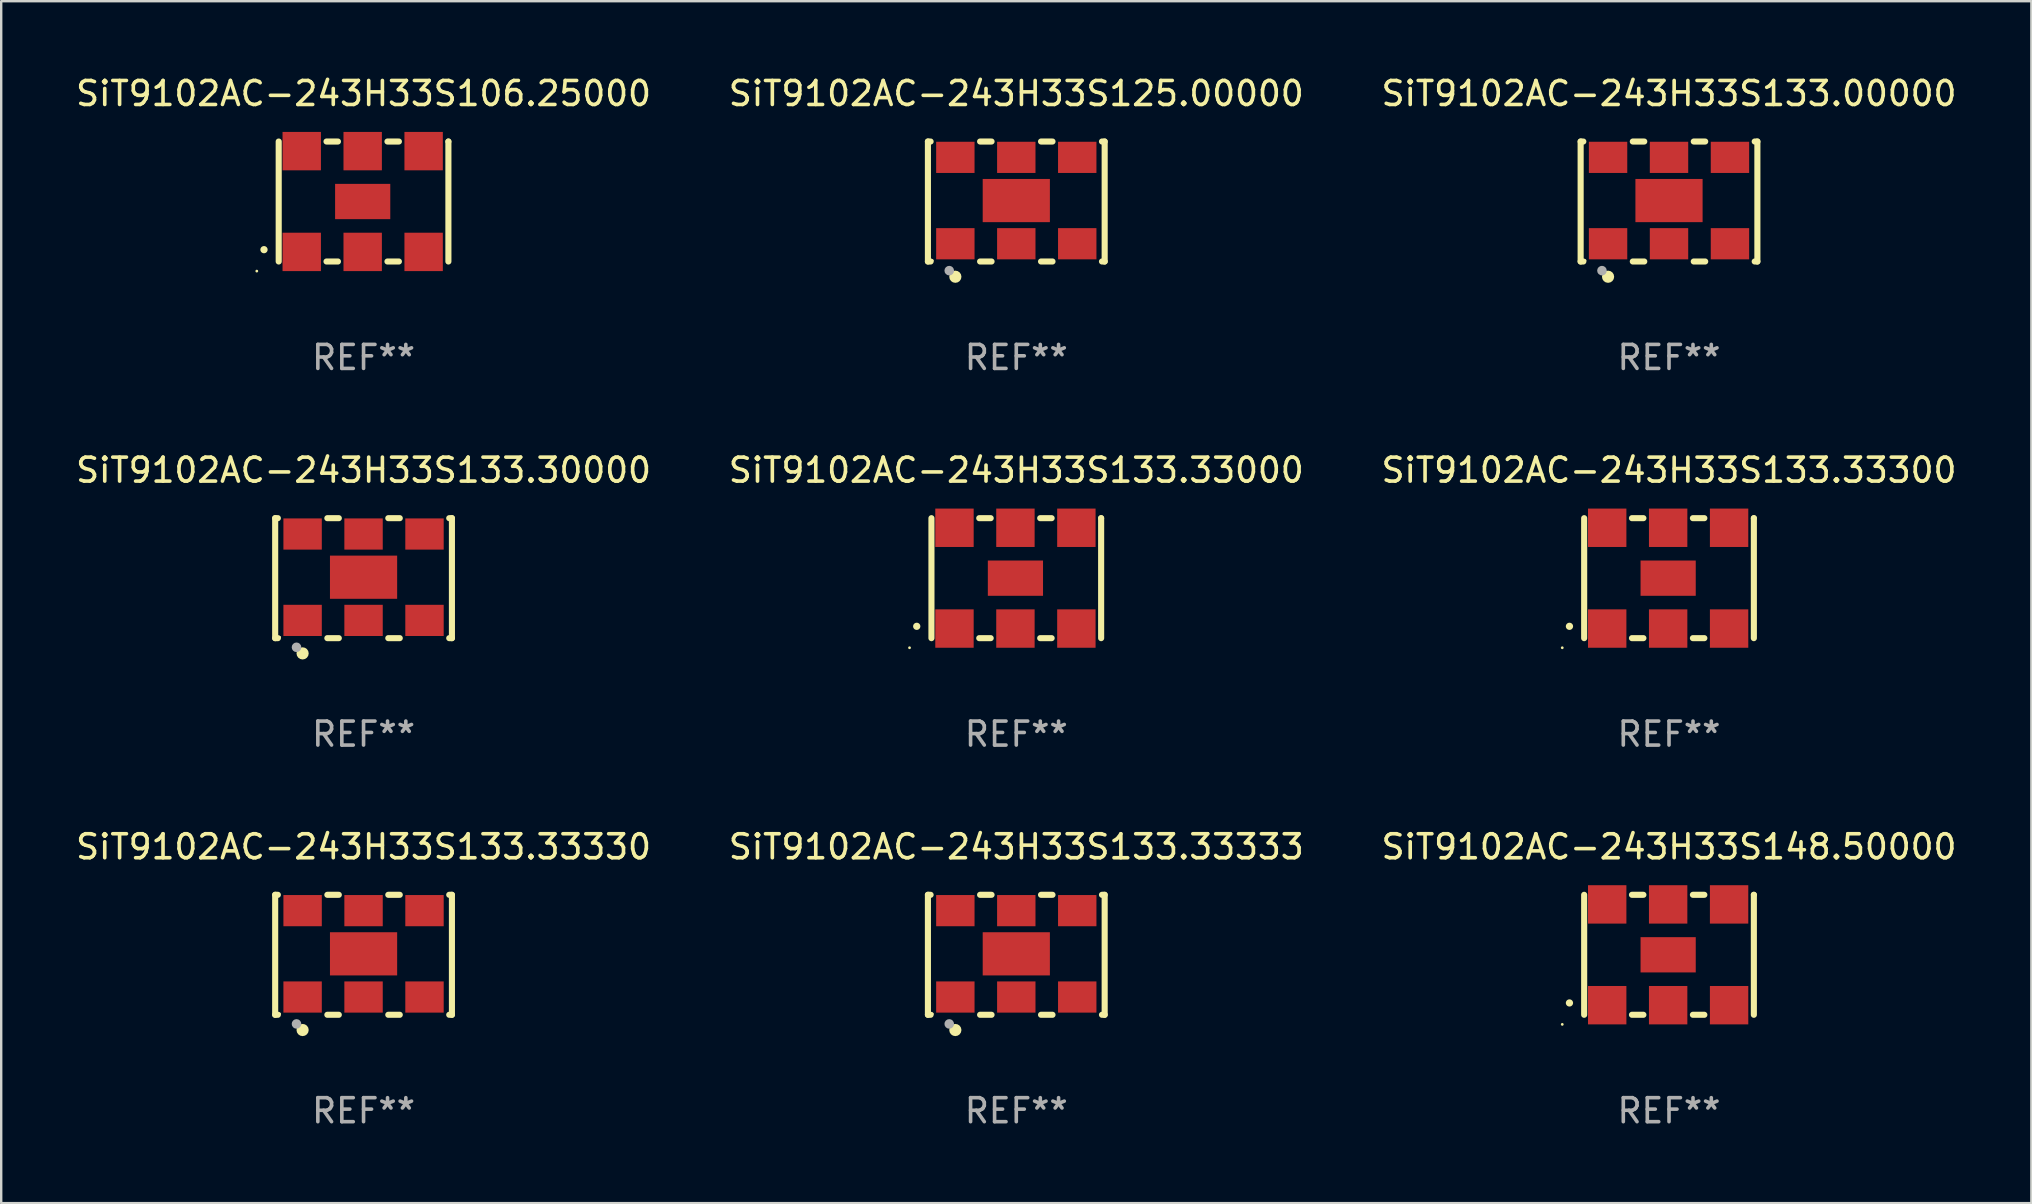
<source format=kicad_pcb>
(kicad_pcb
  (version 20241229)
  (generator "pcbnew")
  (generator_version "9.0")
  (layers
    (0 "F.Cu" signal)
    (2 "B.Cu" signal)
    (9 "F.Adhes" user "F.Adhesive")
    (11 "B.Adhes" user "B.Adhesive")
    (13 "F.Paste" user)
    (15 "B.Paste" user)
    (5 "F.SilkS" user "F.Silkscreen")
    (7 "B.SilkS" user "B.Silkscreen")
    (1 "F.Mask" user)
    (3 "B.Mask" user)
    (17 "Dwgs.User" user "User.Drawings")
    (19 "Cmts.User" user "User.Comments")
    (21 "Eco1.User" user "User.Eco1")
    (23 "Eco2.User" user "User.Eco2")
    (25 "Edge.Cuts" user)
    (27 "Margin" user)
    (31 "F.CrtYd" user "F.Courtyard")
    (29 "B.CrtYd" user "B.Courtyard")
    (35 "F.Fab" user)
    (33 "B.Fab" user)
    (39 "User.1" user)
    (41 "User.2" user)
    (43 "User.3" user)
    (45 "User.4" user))
  (footprint "SiT9102AC-243H33S133.33330"
    (layer "F.Cu")
    (at 12.101 36.741)
    (property "Reference" "SiT9102AC-243H33S133.33330" (at 0 -4.5 0) (layer "F.SilkS") (effects (font (size 1 1) (thickness 0.15))))
    (attr through_hole)
    (fp_line (start -3.683 -2.5) (end -3.571 -2.5) (stroke (width 0.254) (type solid)) (layer "F.SilkS"))
    (fp_line (start -3.683 2.5) (end -3.683 -2.5) (stroke (width 0.254) (type solid)) (layer "F.SilkS"))
    (fp_line (start -3.683 2.5) (end -3.571 2.5) (stroke (width 0.254) (type solid)) (layer "F.SilkS"))
    (fp_line (start -1.509 -2.5) (end -1.031 -2.5) (stroke (width 0.254) (type solid)) (layer "F.SilkS"))
    (fp_line (start -1.509 2.5) (end -1.031 2.5) (stroke (width 0.254) (type solid)) (layer "F.SilkS"))
    (fp_line (start 1.031 -2.5) (end 1.509 -2.5) (stroke (width 0.254) (type solid)) (layer "F.SilkS"))
    (fp_line (start 1.031 2.5) (end 1.509 2.5) (stroke (width 0.254) (type solid)) (layer "F.SilkS"))
    (fp_line (start 3.571 -2.5) (end 3.683 -2.5) (stroke (width 0.254) (type solid)) (layer "F.SilkS"))
    (fp_line (start 3.571 2.5) (end 3.683 2.5) (stroke (width 0.254) (type solid)) (layer "F.SilkS"))
    (fp_line (start 3.683 2.5) (end 3.683 -2.5) (stroke (width 0.254) (type solid)) (layer "F.SilkS"))
    (fp_circle (center -3.5 2.46) (end -3.47 2.46) (stroke (width 0.06) (type solid)) (fill no) (layer "F.SilkS"))
    (fp_circle (center -2.54 3.135) (end -2.413 3.135) (stroke (width 0.254) (type solid)) (fill no) (layer "F.SilkS"))
    (fp_circle (center -2.794 2.881) (end -2.694 2.881) (stroke (width 0.2) (type solid)) (fill no) (layer "F.Fab"))
    (fp_text user "REF**" (at 0 6.5 0) (layer "F.Fab") (effects (font (size 1 1) (thickness 0.15))))
    (pad "1" smd rect (at -2.54 1.76) (size 1.6 1.3) (layers "F.Cu" "F.Mask" "F.Paste"))
    (pad "2" smd rect (at 0 1.76) (size 1.6 1.3) (layers "F.Cu" "F.Mask" "F.Paste"))
    (pad "3" smd rect (at 2.54 1.76) (size 1.6 1.3) (layers "F.Cu" "F.Mask" "F.Paste"))
    (pad "4" smd rect (at 2.54 -1.84) (size 1.6 1.3) (layers "F.Cu" "F.Mask" "F.Paste"))
    (pad "5" smd rect (at 0 -1.84) (size 1.6 1.3) (layers "F.Cu" "F.Mask" "F.Paste"))
    (pad "6" smd rect (at -2.54 -1.84) (size 1.6 1.3) (layers "F.Cu" "F.Mask" "F.Paste"))
    (pad "7" smd rect (at 0 -0.04) (size 2.8 1.8) (layers "F.Cu" "F.Mask" "F.Paste")))
  (footprint "SiT9102AC-243H33S106.25000"
    (layer "F.Cu")
    (at 12.101 5.348)
    (property "Reference" "SiT9102AC-243H33S106.25000" (at 0 -4.5 0) (layer "F.SilkS") (effects (font (size 1 1) (thickness 0.15))))
    (attr through_hole)
    (fp_line (start -3.536 -2.5) (end -3.536 2.5) (stroke (width 0.254) (type solid)) (layer "F.SilkS"))
    (fp_line (start -1.544 2.5) (end -1.067 2.5) (stroke (width 0.254) (type solid)) (layer "F.SilkS"))
    (fp_line (start -1.067 -2.5) (end -1.544 -2.5) (stroke (width 0.254) (type solid)) (layer "F.SilkS"))
    (fp_line (start 0.996 2.5) (end 1.473 2.5) (stroke (width 0.254) (type solid)) (layer "F.SilkS"))
    (fp_line (start 1.473 -2.5) (end 0.996 -2.5) (stroke (width 0.254) (type solid)) (layer "F.SilkS"))
    (fp_line (start 3.536 -2.5) (end 3.536 -2.5) (stroke (width 0.254) (type solid)) (layer "F.SilkS"))
    (fp_line (start 3.536 2.5) (end 3.536 -2.5) (stroke (width 0.254) (type solid)) (layer "F.SilkS"))
    (fp_arc (start -4.150432 2.006604) (mid -4.149162 2.006599) (end -4.147892 2.006604) (stroke (width 0.3) (type solid)) (layer "F.SilkS"))
    (fp_circle (center -4.449 2.9) (end -4.419 2.9) (stroke (width 0.06) (type solid)) (fill no) (layer "F.SilkS"))
    (fp_text user "REF**" (at 0 6.5 0) (layer "F.Fab") (effects (font (size 1 1) (thickness 0.15))))
    (pad "1" smd rect (at -2.576 2.1) (size 1.6 1.6) (layers "F.Cu" "F.Mask" "F.Paste"))
    (pad "2" smd rect (at -0.036 2.1) (size 1.6 1.6) (layers "F.Cu" "F.Mask" "F.Paste"))
    (pad "3" smd rect (at 2.504 2.1) (size 1.6 1.6) (layers "F.Cu" "F.Mask" "F.Paste"))
    (pad "4" smd rect (at 2.504 -2.1) (size 1.6 1.6) (layers "F.Cu" "F.Mask" "F.Paste"))
    (pad "5" smd rect (at -0.036 -2.1) (size 1.6 1.6) (layers "F.Cu" "F.Mask" "F.Paste"))
    (pad "6" smd rect (at -2.576 -2.1) (size 1.6 1.6) (layers "F.Cu" "F.Mask" "F.Paste"))
    (pad "7" smd rect (at -0.036 0) (size 2.3 1.47) (layers "F.Cu" "F.Mask" "F.Paste")))
  (footprint "SiT9102AC-243H33S133.00000"
    (layer "F.Cu")
    (at 66.506 5.348)
    (property "Reference" "SiT9102AC-243H33S133.00000" (at 0 -4.5 0) (layer "F.SilkS") (effects (font (size 1 1) (thickness 0.15))))
    (attr through_hole)
    (fp_line (start -3.683 -2.5) (end -3.571 -2.5) (stroke (width 0.254) (type solid)) (layer "F.SilkS"))
    (fp_line (start -3.683 2.5) (end -3.683 -2.5) (stroke (width 0.254) (type solid)) (layer "F.SilkS"))
    (fp_line (start -3.683 2.5) (end -3.571 2.5) (stroke (width 0.254) (type solid)) (layer "F.SilkS"))
    (fp_line (start -1.509 -2.5) (end -1.031 -2.5) (stroke (width 0.254) (type solid)) (layer "F.SilkS"))
    (fp_line (start -1.509 2.5) (end -1.031 2.5) (stroke (width 0.254) (type solid)) (layer "F.SilkS"))
    (fp_line (start 1.031 -2.5) (end 1.509 -2.5) (stroke (width 0.254) (type solid)) (layer "F.SilkS"))
    (fp_line (start 1.031 2.5) (end 1.509 2.5) (stroke (width 0.254) (type solid)) (layer "F.SilkS"))
    (fp_line (start 3.571 -2.5) (end 3.683 -2.5) (stroke (width 0.254) (type solid)) (layer "F.SilkS"))
    (fp_line (start 3.571 2.5) (end 3.683 2.5) (stroke (width 0.254) (type solid)) (layer "F.SilkS"))
    (fp_line (start 3.683 2.5) (end 3.683 -2.5) (stroke (width 0.254) (type solid)) (layer "F.SilkS"))
    (fp_circle (center -3.5 2.46) (end -3.47 2.46) (stroke (width 0.06) (type solid)) (fill no) (layer "F.SilkS"))
    (fp_circle (center -2.54 3.135) (end -2.413 3.135) (stroke (width 0.254) (type solid)) (fill no) (layer "F.SilkS"))
    (fp_circle (center -2.794 2.881) (end -2.694 2.881) (stroke (width 0.2) (type solid)) (fill no) (layer "F.Fab"))
    (fp_text user "REF**" (at 0 6.5 0) (layer "F.Fab") (effects (font (size 1 1) (thickness 0.15))))
    (pad "1" smd rect (at -2.54 1.76) (size 1.6 1.3) (layers "F.Cu" "F.Mask" "F.Paste"))
    (pad "2" smd rect (at 0 1.76) (size 1.6 1.3) (layers "F.Cu" "F.Mask" "F.Paste"))
    (pad "3" smd rect (at 2.54 1.76) (size 1.6 1.3) (layers "F.Cu" "F.Mask" "F.Paste"))
    (pad "4" smd rect (at 2.54 -1.84) (size 1.6 1.3) (layers "F.Cu" "F.Mask" "F.Paste"))
    (pad "5" smd rect (at 0 -1.84) (size 1.6 1.3) (layers "F.Cu" "F.Mask" "F.Paste"))
    (pad "6" smd rect (at -2.54 -1.84) (size 1.6 1.3) (layers "F.Cu" "F.Mask" "F.Paste"))
    (pad "7" smd rect (at 0 -0.04) (size 2.8 1.8) (layers "F.Cu" "F.Mask" "F.Paste")))
  (footprint "SiT9102AC-243H33S148.50000"
    (layer "F.Cu")
    (at 66.506 36.741)
    (property "Reference" "SiT9102AC-243H33S148.50000" (at 0 -4.5 0) (layer "F.SilkS") (effects (font (size 1 1) (thickness 0.15))))
    (attr through_hole)
    (fp_line (start -3.536 -2.5) (end -3.536 2.5) (stroke (width 0.254) (type solid)) (layer "F.SilkS"))
    (fp_line (start -1.544 2.5) (end -1.067 2.5) (stroke (width 0.254) (type solid)) (layer "F.SilkS"))
    (fp_line (start -1.067 -2.5) (end -1.544 -2.5) (stroke (width 0.254) (type solid)) (layer "F.SilkS"))
    (fp_line (start 0.996 2.5) (end 1.473 2.5) (stroke (width 0.254) (type solid)) (layer "F.SilkS"))
    (fp_line (start 1.473 -2.5) (end 0.996 -2.5) (stroke (width 0.254) (type solid)) (layer "F.SilkS"))
    (fp_line (start 3.536 -2.5) (end 3.536 -2.5) (stroke (width 0.254) (type solid)) (layer "F.SilkS"))
    (fp_line (start 3.536 2.5) (end 3.536 -2.5) (stroke (width 0.254) (type solid)) (layer "F.SilkS"))
    (fp_arc (start -4.150432 2.006604) (mid -4.149162 2.006599) (end -4.147892 2.006604) (stroke (width 0.3) (type solid)) (layer "F.SilkS"))
    (fp_circle (center -4.449 2.9) (end -4.419 2.9) (stroke (width 0.06) (type solid)) (fill no) (layer "F.SilkS"))
    (fp_text user "REF**" (at 0 6.5 0) (layer "F.Fab") (effects (font (size 1 1) (thickness 0.15))))
    (pad "1" smd rect (at -2.576 2.1) (size 1.6 1.6) (layers "F.Cu" "F.Mask" "F.Paste"))
    (pad "2" smd rect (at -0.036 2.1) (size 1.6 1.6) (layers "F.Cu" "F.Mask" "F.Paste"))
    (pad "3" smd rect (at 2.504 2.1) (size 1.6 1.6) (layers "F.Cu" "F.Mask" "F.Paste"))
    (pad "4" smd rect (at 2.504 -2.1) (size 1.6 1.6) (layers "F.Cu" "F.Mask" "F.Paste"))
    (pad "5" smd rect (at -0.036 -2.1) (size 1.6 1.6) (layers "F.Cu" "F.Mask" "F.Paste"))
    (pad "6" smd rect (at -2.576 -2.1) (size 1.6 1.6) (layers "F.Cu" "F.Mask" "F.Paste"))
    (pad "7" smd rect (at -0.036 0) (size 2.3 1.47) (layers "F.Cu" "F.Mask" "F.Paste")))
  (footprint "SiT9102AC-243H33S125.00000"
    (layer "F.Cu")
    (at 39.304 5.348)
    (property "Reference" "SiT9102AC-243H33S125.00000" (at 0 -4.5 0) (layer "F.SilkS") (effects (font (size 1 1) (thickness 0.15))))
    (attr through_hole)
    (fp_line (start -3.683 -2.5) (end -3.571 -2.5) (stroke (width 0.254) (type solid)) (layer "F.SilkS"))
    (fp_line (start -3.683 2.5) (end -3.683 -2.5) (stroke (width 0.254) (type solid)) (layer "F.SilkS"))
    (fp_line (start -3.683 2.5) (end -3.571 2.5) (stroke (width 0.254) (type solid)) (layer "F.SilkS"))
    (fp_line (start -1.509 -2.5) (end -1.031 -2.5) (stroke (width 0.254) (type solid)) (layer "F.SilkS"))
    (fp_line (start -1.509 2.5) (end -1.031 2.5) (stroke (width 0.254) (type solid)) (layer "F.SilkS"))
    (fp_line (start 1.031 -2.5) (end 1.509 -2.5) (stroke (width 0.254) (type solid)) (layer "F.SilkS"))
    (fp_line (start 1.031 2.5) (end 1.509 2.5) (stroke (width 0.254) (type solid)) (layer "F.SilkS"))
    (fp_line (start 3.571 -2.5) (end 3.683 -2.5) (stroke (width 0.254) (type solid)) (layer "F.SilkS"))
    (fp_line (start 3.571 2.5) (end 3.683 2.5) (stroke (width 0.254) (type solid)) (layer "F.SilkS"))
    (fp_line (start 3.683 2.5) (end 3.683 -2.5) (stroke (width 0.254) (type solid)) (layer "F.SilkS"))
    (fp_circle (center -3.5 2.46) (end -3.47 2.46) (stroke (width 0.06) (type solid)) (fill no) (layer "F.SilkS"))
    (fp_circle (center -2.54 3.135) (end -2.413 3.135) (stroke (width 0.254) (type solid)) (fill no) (layer "F.SilkS"))
    (fp_circle (center -2.794 2.881) (end -2.694 2.881) (stroke (width 0.2) (type solid)) (fill no) (layer "F.Fab"))
    (fp_text user "REF**" (at 0 6.5 0) (layer "F.Fab") (effects (font (size 1 1) (thickness 0.15))))
    (pad "1" smd rect (at -2.54 1.76) (size 1.6 1.3) (layers "F.Cu" "F.Mask" "F.Paste"))
    (pad "2" smd rect (at 0 1.76) (size 1.6 1.3) (layers "F.Cu" "F.Mask" "F.Paste"))
    (pad "3" smd rect (at 2.54 1.76) (size 1.6 1.3) (layers "F.Cu" "F.Mask" "F.Paste"))
    (pad "4" smd rect (at 2.54 -1.84) (size 1.6 1.3) (layers "F.Cu" "F.Mask" "F.Paste"))
    (pad "5" smd rect (at 0 -1.84) (size 1.6 1.3) (layers "F.Cu" "F.Mask" "F.Paste"))
    (pad "6" smd rect (at -2.54 -1.84) (size 1.6 1.3) (layers "F.Cu" "F.Mask" "F.Paste"))
    (pad "7" smd rect (at 0 -0.04) (size 2.8 1.8) (layers "F.Cu" "F.Mask" "F.Paste")))
  (footprint "SiT9102AC-243H33S133.33333"
    (layer "F.Cu")
    (at 39.304 36.741)
    (property "Reference" "SiT9102AC-243H33S133.33333" (at 0 -4.5 0) (layer "F.SilkS") (effects (font (size 1 1) (thickness 0.15))))
    (attr through_hole)
    (fp_line (start -3.683 -2.5) (end -3.571 -2.5) (stroke (width 0.254) (type solid)) (layer "F.SilkS"))
    (fp_line (start -3.683 2.5) (end -3.683 -2.5) (stroke (width 0.254) (type solid)) (layer "F.SilkS"))
    (fp_line (start -3.683 2.5) (end -3.571 2.5) (stroke (width 0.254) (type solid)) (layer "F.SilkS"))
    (fp_line (start -1.509 -2.5) (end -1.031 -2.5) (stroke (width 0.254) (type solid)) (layer "F.SilkS"))
    (fp_line (start -1.509 2.5) (end -1.031 2.5) (stroke (width 0.254) (type solid)) (layer "F.SilkS"))
    (fp_line (start 1.031 -2.5) (end 1.509 -2.5) (stroke (width 0.254) (type solid)) (layer "F.SilkS"))
    (fp_line (start 1.031 2.5) (end 1.509 2.5) (stroke (width 0.254) (type solid)) (layer "F.SilkS"))
    (fp_line (start 3.571 -2.5) (end 3.683 -2.5) (stroke (width 0.254) (type solid)) (layer "F.SilkS"))
    (fp_line (start 3.571 2.5) (end 3.683 2.5) (stroke (width 0.254) (type solid)) (layer "F.SilkS"))
    (fp_line (start 3.683 2.5) (end 3.683 -2.5) (stroke (width 0.254) (type solid)) (layer "F.SilkS"))
    (fp_circle (center -3.5 2.46) (end -3.47 2.46) (stroke (width 0.06) (type solid)) (fill no) (layer "F.SilkS"))
    (fp_circle (center -2.54 3.135) (end -2.413 3.135) (stroke (width 0.254) (type solid)) (fill no) (layer "F.SilkS"))
    (fp_circle (center -2.794 2.881) (end -2.694 2.881) (stroke (width 0.2) (type solid)) (fill no) (layer "F.Fab"))
    (fp_text user "REF**" (at 0 6.5 0) (layer "F.Fab") (effects (font (size 1 1) (thickness 0.15))))
    (pad "1" smd rect (at -2.54 1.76) (size 1.6 1.3) (layers "F.Cu" "F.Mask" "F.Paste"))
    (pad "2" smd rect (at 0 1.76) (size 1.6 1.3) (layers "F.Cu" "F.Mask" "F.Paste"))
    (pad "3" smd rect (at 2.54 1.76) (size 1.6 1.3) (layers "F.Cu" "F.Mask" "F.Paste"))
    (pad "4" smd rect (at 2.54 -1.84) (size 1.6 1.3) (layers "F.Cu" "F.Mask" "F.Paste"))
    (pad "5" smd rect (at 0 -1.84) (size 1.6 1.3) (layers "F.Cu" "F.Mask" "F.Paste"))
    (pad "6" smd rect (at -2.54 -1.84) (size 1.6 1.3) (layers "F.Cu" "F.Mask" "F.Paste"))
    (pad "7" smd rect (at 0 -0.04) (size 2.8 1.8) (layers "F.Cu" "F.Mask" "F.Paste")))
  (footprint "SiT9102AC-243H33S133.33300"
    (layer "F.Cu")
    (at 66.506 21.045)
    (property "Reference" "SiT9102AC-243H33S133.33300" (at 0 -4.5 0) (layer "F.SilkS") (effects (font (size 1 1) (thickness 0.15))))
    (attr through_hole)
    (fp_line (start -3.536 -2.5) (end -3.536 2.5) (stroke (width 0.254) (type solid)) (layer "F.SilkS"))
    (fp_line (start -1.544 2.5) (end -1.067 2.5) (stroke (width 0.254) (type solid)) (layer "F.SilkS"))
    (fp_line (start -1.067 -2.5) (end -1.544 -2.5) (stroke (width 0.254) (type solid)) (layer "F.SilkS"))
    (fp_line (start 0.996 2.5) (end 1.473 2.5) (stroke (width 0.254) (type solid)) (layer "F.SilkS"))
    (fp_line (start 1.473 -2.5) (end 0.996 -2.5) (stroke (width 0.254) (type solid)) (layer "F.SilkS"))
    (fp_line (start 3.536 -2.5) (end 3.536 -2.5) (stroke (width 0.254) (type solid)) (layer "F.SilkS"))
    (fp_line (start 3.536 2.5) (end 3.536 -2.5) (stroke (width 0.254) (type solid)) (layer "F.SilkS"))
    (fp_arc (start -4.150432 2.006604) (mid -4.149162 2.006599) (end -4.147892 2.006604) (stroke (width 0.3) (type solid)) (layer "F.SilkS"))
    (fp_circle (center -4.449 2.9) (end -4.419 2.9) (stroke (width 0.06) (type solid)) (fill no) (layer "F.SilkS"))
    (fp_text user "REF**" (at 0 6.5 0) (layer "F.Fab") (effects (font (size 1 1) (thickness 0.15))))
    (pad "1" smd rect (at -2.576 2.1) (size 1.6 1.6) (layers "F.Cu" "F.Mask" "F.Paste"))
    (pad "2" smd rect (at -0.036 2.1) (size 1.6 1.6) (layers "F.Cu" "F.Mask" "F.Paste"))
    (pad "3" smd rect (at 2.504 2.1) (size 1.6 1.6) (layers "F.Cu" "F.Mask" "F.Paste"))
    (pad "4" smd rect (at 2.504 -2.1) (size 1.6 1.6) (layers "F.Cu" "F.Mask" "F.Paste"))
    (pad "5" smd rect (at -0.036 -2.1) (size 1.6 1.6) (layers "F.Cu" "F.Mask" "F.Paste"))
    (pad "6" smd rect (at -2.576 -2.1) (size 1.6 1.6) (layers "F.Cu" "F.Mask" "F.Paste"))
    (pad "7" smd rect (at -0.036 0) (size 2.3 1.47) (layers "F.Cu" "F.Mask" "F.Paste")))
  (footprint "SiT9102AC-243H33S133.33000"
    (layer "F.Cu")
    (at 39.304 21.045)
    (property "Reference" "SiT9102AC-243H33S133.33000" (at 0 -4.5 0) (layer "F.SilkS") (effects (font (size 1 1) (thickness 0.15))))
    (attr through_hole)
    (fp_line (start -3.536 -2.5) (end -3.536 2.5) (stroke (width 0.254) (type solid)) (layer "F.SilkS"))
    (fp_line (start -1.544 2.5) (end -1.067 2.5) (stroke (width 0.254) (type solid)) (layer "F.SilkS"))
    (fp_line (start -1.067 -2.5) (end -1.544 -2.5) (stroke (width 0.254) (type solid)) (layer "F.SilkS"))
    (fp_line (start 0.996 2.5) (end 1.473 2.5) (stroke (width 0.254) (type solid)) (layer "F.SilkS"))
    (fp_line (start 1.473 -2.5) (end 0.996 -2.5) (stroke (width 0.254) (type solid)) (layer "F.SilkS"))
    (fp_line (start 3.536 -2.5) (end 3.536 -2.5) (stroke (width 0.254) (type solid)) (layer "F.SilkS"))
    (fp_line (start 3.536 2.5) (end 3.536 -2.5) (stroke (width 0.254) (type solid)) (layer "F.SilkS"))
    (fp_arc (start -4.150432 2.006604) (mid -4.149162 2.006599) (end -4.147892 2.006604) (stroke (width 0.3) (type solid)) (layer "F.SilkS"))
    (fp_circle (center -4.449 2.9) (end -4.419 2.9) (stroke (width 0.06) (type solid)) (fill no) (layer "F.SilkS"))
    (fp_text user "REF**" (at 0 6.5 0) (layer "F.Fab") (effects (font (size 1 1) (thickness 0.15))))
    (pad "1" smd rect (at -2.576 2.1) (size 1.6 1.6) (layers "F.Cu" "F.Mask" "F.Paste"))
    (pad "2" smd rect (at -0.036 2.1) (size 1.6 1.6) (layers "F.Cu" "F.Mask" "F.Paste"))
    (pad "3" smd rect (at 2.504 2.1) (size 1.6 1.6) (layers "F.Cu" "F.Mask" "F.Paste"))
    (pad "4" smd rect (at 2.504 -2.1) (size 1.6 1.6) (layers "F.Cu" "F.Mask" "F.Paste"))
    (pad "5" smd rect (at -0.036 -2.1) (size 1.6 1.6) (layers "F.Cu" "F.Mask" "F.Paste"))
    (pad "6" smd rect (at -2.576 -2.1) (size 1.6 1.6) (layers "F.Cu" "F.Mask" "F.Paste"))
    (pad "7" smd rect (at -0.036 0) (size 2.3 1.47) (layers "F.Cu" "F.Mask" "F.Paste")))
  (footprint "SiT9102AC-243H33S133.30000"
    (layer "F.Cu")
    (at 12.101 21.045)
    (property "Reference" "SiT9102AC-243H33S133.30000" (at 0 -4.5 0) (layer "F.SilkS") (effects (font (size 1 1) (thickness 0.15))))
    (attr through_hole)
    (fp_line (start -3.683 -2.5) (end -3.571 -2.5) (stroke (width 0.254) (type solid)) (layer "F.SilkS"))
    (fp_line (start -3.683 2.5) (end -3.683 -2.5) (stroke (width 0.254) (type solid)) (layer "F.SilkS"))
    (fp_line (start -3.683 2.5) (end -3.571 2.5) (stroke (width 0.254) (type solid)) (layer "F.SilkS"))
    (fp_line (start -1.509 -2.5) (end -1.031 -2.5) (stroke (width 0.254) (type solid)) (layer "F.SilkS"))
    (fp_line (start -1.509 2.5) (end -1.031 2.5) (stroke (width 0.254) (type solid)) (layer "F.SilkS"))
    (fp_line (start 1.031 -2.5) (end 1.509 -2.5) (stroke (width 0.254) (type solid)) (layer "F.SilkS"))
    (fp_line (start 1.031 2.5) (end 1.509 2.5) (stroke (width 0.254) (type solid)) (layer "F.SilkS"))
    (fp_line (start 3.571 -2.5) (end 3.683 -2.5) (stroke (width 0.254) (type solid)) (layer "F.SilkS"))
    (fp_line (start 3.571 2.5) (end 3.683 2.5) (stroke (width 0.254) (type solid)) (layer "F.SilkS"))
    (fp_line (start 3.683 2.5) (end 3.683 -2.5) (stroke (width 0.254) (type solid)) (layer "F.SilkS"))
    (fp_circle (center -3.5 2.46) (end -3.47 2.46) (stroke (width 0.06) (type solid)) (fill no) (layer "F.SilkS"))
    (fp_circle (center -2.54 3.135) (end -2.413 3.135) (stroke (width 0.254) (type solid)) (fill no) (layer "F.SilkS"))
    (fp_circle (center -2.794 2.881) (end -2.694 2.881) (stroke (width 0.2) (type solid)) (fill no) (layer "F.Fab"))
    (fp_text user "REF**" (at 0 6.5 0) (layer "F.Fab") (effects (font (size 1 1) (thickness 0.15))))
    (pad "1" smd rect (at -2.54 1.76) (size 1.6 1.3) (layers "F.Cu" "F.Mask" "F.Paste"))
    (pad "2" smd rect (at 0 1.76) (size 1.6 1.3) (layers "F.Cu" "F.Mask" "F.Paste"))
    (pad "3" smd rect (at 2.54 1.76) (size 1.6 1.3) (layers "F.Cu" "F.Mask" "F.Paste"))
    (pad "4" smd rect (at 2.54 -1.84) (size 1.6 1.3) (layers "F.Cu" "F.Mask" "F.Paste"))
    (pad "5" smd rect (at 0 -1.84) (size 1.6 1.3) (layers "F.Cu" "F.Mask" "F.Paste"))
    (pad "6" smd rect (at -2.54 -1.84) (size 1.6 1.3) (layers "F.Cu" "F.Mask" "F.Paste"))
    (pad "7" smd rect (at 0 -0.04) (size 2.8 1.8) (layers "F.Cu" "F.Mask" "F.Paste")))
  (gr_rect
    (start -3 -3)
    (end 81.607 47.09)
    (stroke (width 0.1) (type default))
    (fill no)
    (layer "Edge.Cuts")))
</source>
